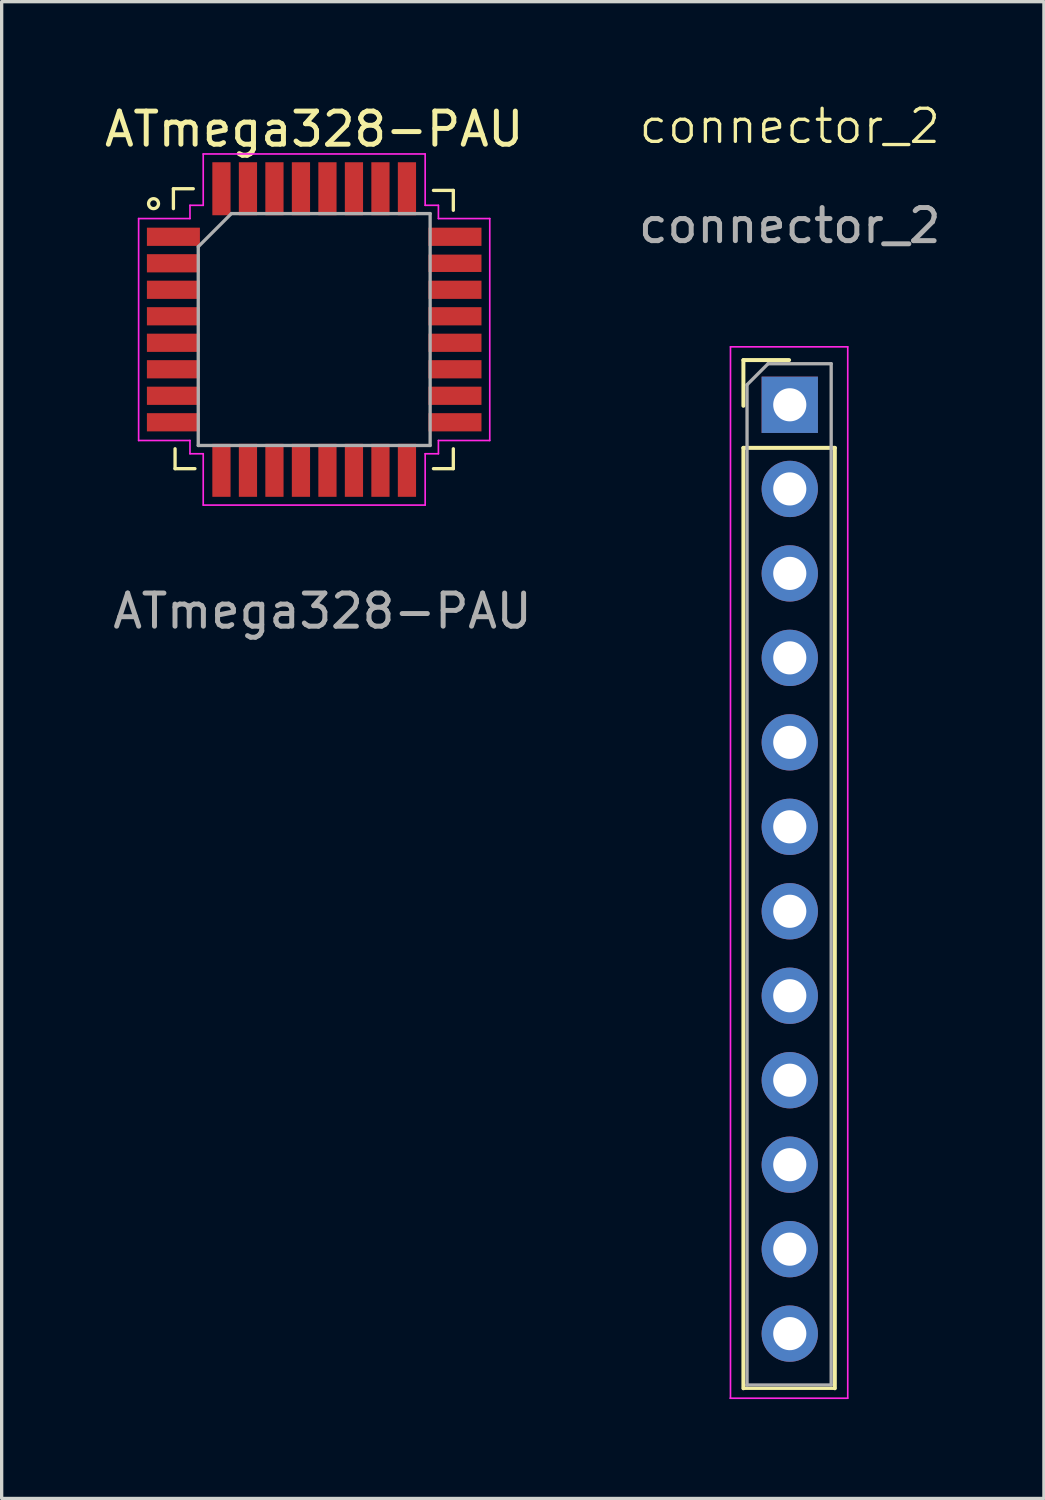
<source format=kicad_pcb>
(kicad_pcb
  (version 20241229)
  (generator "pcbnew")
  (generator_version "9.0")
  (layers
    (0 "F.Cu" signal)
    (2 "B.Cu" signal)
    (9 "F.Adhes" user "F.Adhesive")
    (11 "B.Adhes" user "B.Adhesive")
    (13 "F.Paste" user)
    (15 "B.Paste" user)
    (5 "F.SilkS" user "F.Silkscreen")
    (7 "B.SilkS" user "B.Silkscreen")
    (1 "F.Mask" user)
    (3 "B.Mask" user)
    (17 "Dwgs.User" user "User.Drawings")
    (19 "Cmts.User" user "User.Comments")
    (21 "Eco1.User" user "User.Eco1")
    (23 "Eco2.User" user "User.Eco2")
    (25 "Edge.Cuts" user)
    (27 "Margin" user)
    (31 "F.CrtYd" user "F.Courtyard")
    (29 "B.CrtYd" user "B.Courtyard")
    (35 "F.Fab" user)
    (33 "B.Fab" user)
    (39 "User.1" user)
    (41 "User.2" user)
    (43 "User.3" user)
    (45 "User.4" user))
  (footprint "ATmega328-PAU"
    (layer "F.Cu")
    (at 6.435 6.898)
    (property "Reference" "ATmega328-PAU" (at 0 -6.05 0) (layer "F.SilkS") (effects (font (size 1 1) (thickness 0.15))))
    (attr smd)
    (fp_line (start -4.25 -4.25) (end -3.65 -4.25) (stroke (width 0.1) (type default)) (layer "F.SilkS"))
    (fp_line (start -4.25 -3.65) (end -4.25 -4.25) (stroke (width 0.1) (type default)) (layer "F.SilkS"))
    (fp_line (start -4.2 4.2) (end -4.2 3.6) (stroke (width 0.1) (type default)) (layer "F.SilkS"))
    (fp_line (start -3.6 4.2) (end -4.2 4.2) (stroke (width 0.1) (type default)) (layer "F.SilkS"))
    (fp_line (start 3.6 -4.2) (end 4.2 -4.2) (stroke (width 0.1) (type default)) (layer "F.SilkS"))
    (fp_line (start 4.2 -4.2) (end 4.2 -3.6) (stroke (width 0.1) (type default)) (layer "F.SilkS"))
    (fp_line (start 4.2 3.6) (end 4.2 4.2) (stroke (width 0.1) (type default)) (layer "F.SilkS"))
    (fp_line (start 4.2 4.2) (end 3.6 4.2) (stroke (width 0.1) (type default)) (layer "F.SilkS"))
    (fp_circle (center -4.85 -3.8) (end -5 -3.8) (stroke (width 0.1) (type default)) (fill no) (layer "F.SilkS"))
    (fp_line (start -5.3 -3.35) (end -5.3 3.35) (stroke (width 0.05) (type default)) (layer "F.CrtYd"))
    (fp_line (start -5.3 -3.35) (end -3.75 -3.35) (stroke (width 0.05) (type default)) (layer "F.CrtYd"))
    (fp_line (start -5.3 3.35) (end -3.75 3.35) (stroke (width 0.05) (type default)) (layer "F.CrtYd"))
    (fp_line (start -3.75 -3.35) (end -3.75 -3.75) (stroke (width 0.05) (type default)) (layer "F.CrtYd"))
    (fp_line (start -3.75 3.35) (end -3.75 3.75) (stroke (width 0.05) (type default)) (layer "F.CrtYd"))
    (fp_line (start -3.35 -5.3) (end 3.35 -5.3) (stroke (width 0.05) (type default)) (layer "F.CrtYd"))
    (fp_line (start -3.35 -3.75) (end -3.75 -3.75) (stroke (width 0.05) (type default)) (layer "F.CrtYd"))
    (fp_line (start -3.35 -3.75) (end -3.35 -5.3) (stroke (width 0.05) (type default)) (layer "F.CrtYd"))
    (fp_line (start -3.35 3.75) (end -3.75 3.75) (stroke (width 0.05) (type default)) (layer "F.CrtYd"))
    (fp_line (start -3.35 3.75) (end -3.35 5.3) (stroke (width 0.05) (type default)) (layer "F.CrtYd"))
    (fp_line (start -3.35 5.3) (end 3.35 5.3) (stroke (width 0.05) (type default)) (layer "F.CrtYd"))
    (fp_line (start 3.35 -3.75) (end 3.35 -5.3) (stroke (width 0.05) (type default)) (layer "F.CrtYd"))
    (fp_line (start 3.35 -3.75) (end 3.75 -3.75) (stroke (width 0.05) (type default)) (layer "F.CrtYd"))
    (fp_line (start 3.35 3.75) (end 3.75 3.75) (stroke (width 0.05) (type default)) (layer "F.CrtYd"))
    (fp_line (start 3.35 5.3) (end 3.35 3.75) (stroke (width 0.05) (type default)) (layer "F.CrtYd"))
    (fp_line (start 3.75 -3.35) (end 3.75 -3.75) (stroke (width 0.05) (type default)) (layer "F.CrtYd"))
    (fp_line (start 3.75 3.35) (end 3.75 3.75) (stroke (width 0.05) (type default)) (layer "F.CrtYd"))
    (fp_line (start 3.75 3.35) (end 5.3 3.35) (stroke (width 0.05) (type default)) (layer "F.CrtYd"))
    (fp_line (start 5.3 -3.35) (end 3.75 -3.35) (stroke (width 0.05) (type default)) (layer "F.CrtYd"))
    (fp_line (start 5.3 3.35) (end 5.3 -3.35) (stroke (width 0.05) (type default)) (layer "F.CrtYd"))
    (fp_line (start -3.5 -2.5) (end -3.5 3.5) (stroke (width 0.1) (type default)) (layer "F.Fab"))
    (fp_line (start -3.5 3.5) (end 3.5 3.5) (stroke (width 0.1) (type default)) (layer "F.Fab"))
    (fp_line (start -2.5 -3.5) (end -3.5 -2.5) (stroke (width 0.1) (type default)) (layer "F.Fab"))
    (fp_line (start 3.5 -3.5) (end -2.5 -3.5) (stroke (width 0.1) (type default)) (layer "F.Fab"))
    (fp_line (start 3.5 3.5) (end 3.5 -3.5) (stroke (width 0.1) (type default)) (layer "F.Fab"))
    (fp_text user "${REFERENCE}" (at 0.25 8.5 0) (layer "F.Fab") (effects (font (size 1 1) (thickness 0.15))))
    (pad "1" smd rect (at -4.25 -2.8 90) (size 0.55 1.6) (layers "F.Cu" "F.Mask" "F.Paste"))
    (pad "2" smd rect (at -4.25 -2 90) (size 0.55 1.6) (layers "F.Cu" "F.Mask" "F.Paste"))
    (pad "3" smd rect (at -4.25 -1.2 90) (size 0.55 1.6) (layers "F.Cu" "F.Mask" "F.Paste"))
    (pad "4" smd rect (at -4.25 -0.4 90) (size 0.55 1.6) (layers "F.Cu" "F.Mask" "F.Paste"))
    (pad "5" smd rect (at -4.25 0.4 90) (size 0.55 1.6) (layers "F.Cu" "F.Mask" "F.Paste"))
    (pad "6" smd rect (at -4.25 1.2 90) (size 0.55 1.6) (layers "F.Cu" "F.Mask" "F.Paste"))
    (pad "7" smd rect (at -4.25 2 90) (size 0.55 1.6) (layers "F.Cu" "F.Mask" "F.Paste"))
    (pad "8" smd rect (at -4.25 2.8 90) (size 0.55 1.6) (layers "F.Cu" "F.Mask" "F.Paste"))
    (pad "9" smd rect (at -2.8 4.25) (size 0.55 1.6) (layers "F.Cu" "F.Mask" "F.Paste"))
    (pad "10" smd rect (at -2 4.25) (size 0.55 1.6) (layers "F.Cu" "F.Mask" "F.Paste"))
    (pad "11" smd rect (at -1.2 4.25) (size 0.55 1.6) (layers "F.Cu" "F.Mask" "F.Paste"))
    (pad "12" smd rect (at -0.4 4.25) (size 0.55 1.6) (layers "F.Cu" "F.Mask" "F.Paste"))
    (pad "13" smd rect (at 0.4 4.25) (size 0.55 1.6) (layers "F.Cu" "F.Mask" "F.Paste"))
    (pad "14" smd rect (at 1.2 4.25) (size 0.55 1.6) (layers "F.Cu" "F.Mask" "F.Paste"))
    (pad "15" smd rect (at 2 4.25) (size 0.55 1.6) (layers "F.Cu" "F.Mask" "F.Paste"))
    (pad "16" smd rect (at 2.8 4.25) (size 0.55 1.6) (layers "F.Cu" "F.Mask" "F.Paste"))
    (pad "17" smd rect (at 4.25 2.8 90) (size 0.55 1.6) (layers "F.Cu" "F.Mask" "F.Paste"))
    (pad "18" smd rect (at 4.25 2 90) (size 0.55 1.6) (layers "F.Cu" "F.Mask" "F.Paste"))
    (pad "19" smd rect (at 4.25 1.2 90) (size 0.55 1.6) (layers "F.Cu" "F.Mask" "F.Paste"))
    (pad "20" smd rect (at 4.25 0.4 90) (size 0.55 1.6) (layers "F.Cu" "F.Mask" "F.Paste"))
    (pad "21" smd rect (at 4.25 -0.4 90) (size 0.55 1.6) (layers "F.Cu" "F.Mask" "F.Paste"))
    (pad "22" smd rect (at 4.25 -1.2 90) (size 0.55 1.6) (layers "F.Cu" "F.Mask" "F.Paste"))
    (pad "23" smd rect (at 4.25 -2 90) (size 0.525 1.6) (layers "F.Cu" "F.Mask" "F.Paste"))
    (pad "24" smd rect (at 4.25 -2.8 90) (size 0.55 1.6) (layers "F.Cu" "F.Mask" "F.Paste"))
    (pad "25" smd rect (at 2.8 -4.25) (size 0.55 1.6) (layers "F.Cu" "F.Mask" "F.Paste"))
    (pad "26" smd rect (at 2 -4.25) (size 0.55 1.6) (layers "F.Cu" "F.Mask" "F.Paste"))
    (pad "27" smd rect (at 1.2 -4.25) (size 0.55 1.6) (layers "F.Cu" "F.Mask" "F.Paste"))
    (pad "28" smd rect (at 0.4 -4.25) (size 0.55 1.6) (layers "F.Cu" "F.Mask" "F.Paste"))
    (pad "29" smd rect (at -0.4 -4.25) (size 0.55 1.6) (layers "F.Cu" "F.Mask" "F.Paste"))
    (pad "30" smd rect (at -1.2 -4.25) (size 0.55 1.6) (layers "F.Cu" "F.Mask" "F.Paste"))
    (pad "31" smd rect (at -2 -4.25) (size 0.55 1.6) (layers "F.Cu" "F.Mask" "F.Paste"))
    (pad "32" smd rect (at -2.8 -4.25) (size 0.55 1.6) (layers "F.Cu" "F.Mask" "F.Paste")))
  (footprint "connector_2"
    (layer "F.Cu")
    (at 20.792 1.26)
    (property "Reference" "connector_2" (at 0 -0.5 0) (unlocked yes) (layer "F.SilkS") (effects (font (size 1 1) (thickness 0.1))))
    (attr smd)
    (fp_line (start -1.4 6.56) (end -0.02 6.56) (stroke (width 0.12) (type solid)) (layer "F.SilkS"))
    (fp_line (start -1.4 7.94) (end -1.4 6.56) (stroke (width 0.12) (type solid)) (layer "F.SilkS"))
    (fp_line (start -1.4 9.21) (end -1.4 37.6) (stroke (width 0.12) (type solid)) (layer "F.SilkS"))
    (fp_line (start -1.4 9.21) (end 1.36 9.21) (stroke (width 0.12) (type solid)) (layer "F.SilkS"))
    (fp_line (start 1.36 9.21) (end 1.36 37.6) (stroke (width 0.12) (type solid)) (layer "F.SilkS"))
    (fp_line (start 1.36 37.6) (end -1.4 37.6) (stroke (width 0.1) (type default)) (layer "F.SilkS"))
    (fp_line (start -1.8 37.9) (end 1.75 37.9) (stroke (width 0.05) (type default)) (layer "F.CrtYd"))
    (fp_line (start -1.79 6.16) (end -1.79 37.9) (stroke (width 0.05) (type solid)) (layer "F.CrtYd"))
    (fp_line (start 1.75 6.16) (end -1.79 6.16) (stroke (width 0.05) (type solid)) (layer "F.CrtYd"))
    (fp_line (start 1.75 37.9) (end 1.75 6.16) (stroke (width 0.05) (type solid)) (layer "F.CrtYd"))
    (fp_line (start -1.3 37.5) (end 1.25 37.5) (stroke (width 0.1) (type default)) (layer "F.Fab"))
    (fp_line (start -1.29 7.305) (end -0.655 6.67) (stroke (width 0.1) (type solid)) (layer "F.Fab"))
    (fp_line (start -1.29 37.5) (end -1.29 7.305) (stroke (width 0.1) (type solid)) (layer "F.Fab"))
    (fp_line (start -0.655 6.67) (end 1.25 6.67) (stroke (width 0.1) (type solid)) (layer "F.Fab"))
    (fp_line (start 1.25 6.67) (end 1.25 37.5) (stroke (width 0.1) (type solid)) (layer "F.Fab"))
    (fp_text user "${REFERENCE}" (at 0 2.5 0) (unlocked yes) (layer "F.Fab") (effects (font (size 1 1) (thickness 0.15))))
    (pad "1" thru_hole rect (at 0 7.91) (size 1.7 1.7) (drill 1) (layers "*.Cu" "*.Mask"))
    (pad "2" thru_hole circle (at 0 10.45) (size 1.7 1.7) (drill 1) (layers "*.Cu" "*.Mask"))
    (pad "3" thru_hole circle (at 0 13) (size 1.7 1.7) (drill 1) (layers "*.Cu" "*.Mask"))
    (pad "4" thru_hole circle (at 0 15.55) (size 1.7 1.7) (drill 1) (layers "*.Cu" "*.Mask"))
    (pad "5" thru_hole circle (at 0 18.1) (size 1.7 1.7) (drill 1) (layers "*.Cu" "*.Mask"))
    (pad "6" thru_hole circle (at 0 20.65) (size 1.7 1.7) (drill 1) (layers "*.Cu" "*.Mask"))
    (pad "7" thru_hole circle (at 0 23.2) (size 1.7 1.7) (drill 1) (layers "*.Cu" "*.Mask"))
    (pad "8" thru_hole circle (at 0 25.75) (size 1.7 1.7) (drill 1) (layers "*.Cu" "*.Mask"))
    (pad "9" thru_hole circle (at 0 28.3) (size 1.7 1.7) (drill 1) (layers "*.Cu" "*.Mask"))
    (pad "10" thru_hole circle (at 0 30.85) (size 1.7 1.7) (drill 1) (layers "*.Cu" "*.Mask"))
    (pad "11" thru_hole circle (at 0 33.4) (size 1.7 1.7) (drill 1) (layers "*.Cu" "*.Mask"))
    (pad "12" thru_hole circle (at 0 35.95) (size 1.7 1.7) (drill 1) (layers "*.Cu" "*.Mask")))
  (gr_rect
    (start -3 -3)
    (end 28.464 42.185)
    (stroke (width 0.1) (type default))
    (fill no)
    (layer "Edge.Cuts")))
</source>
